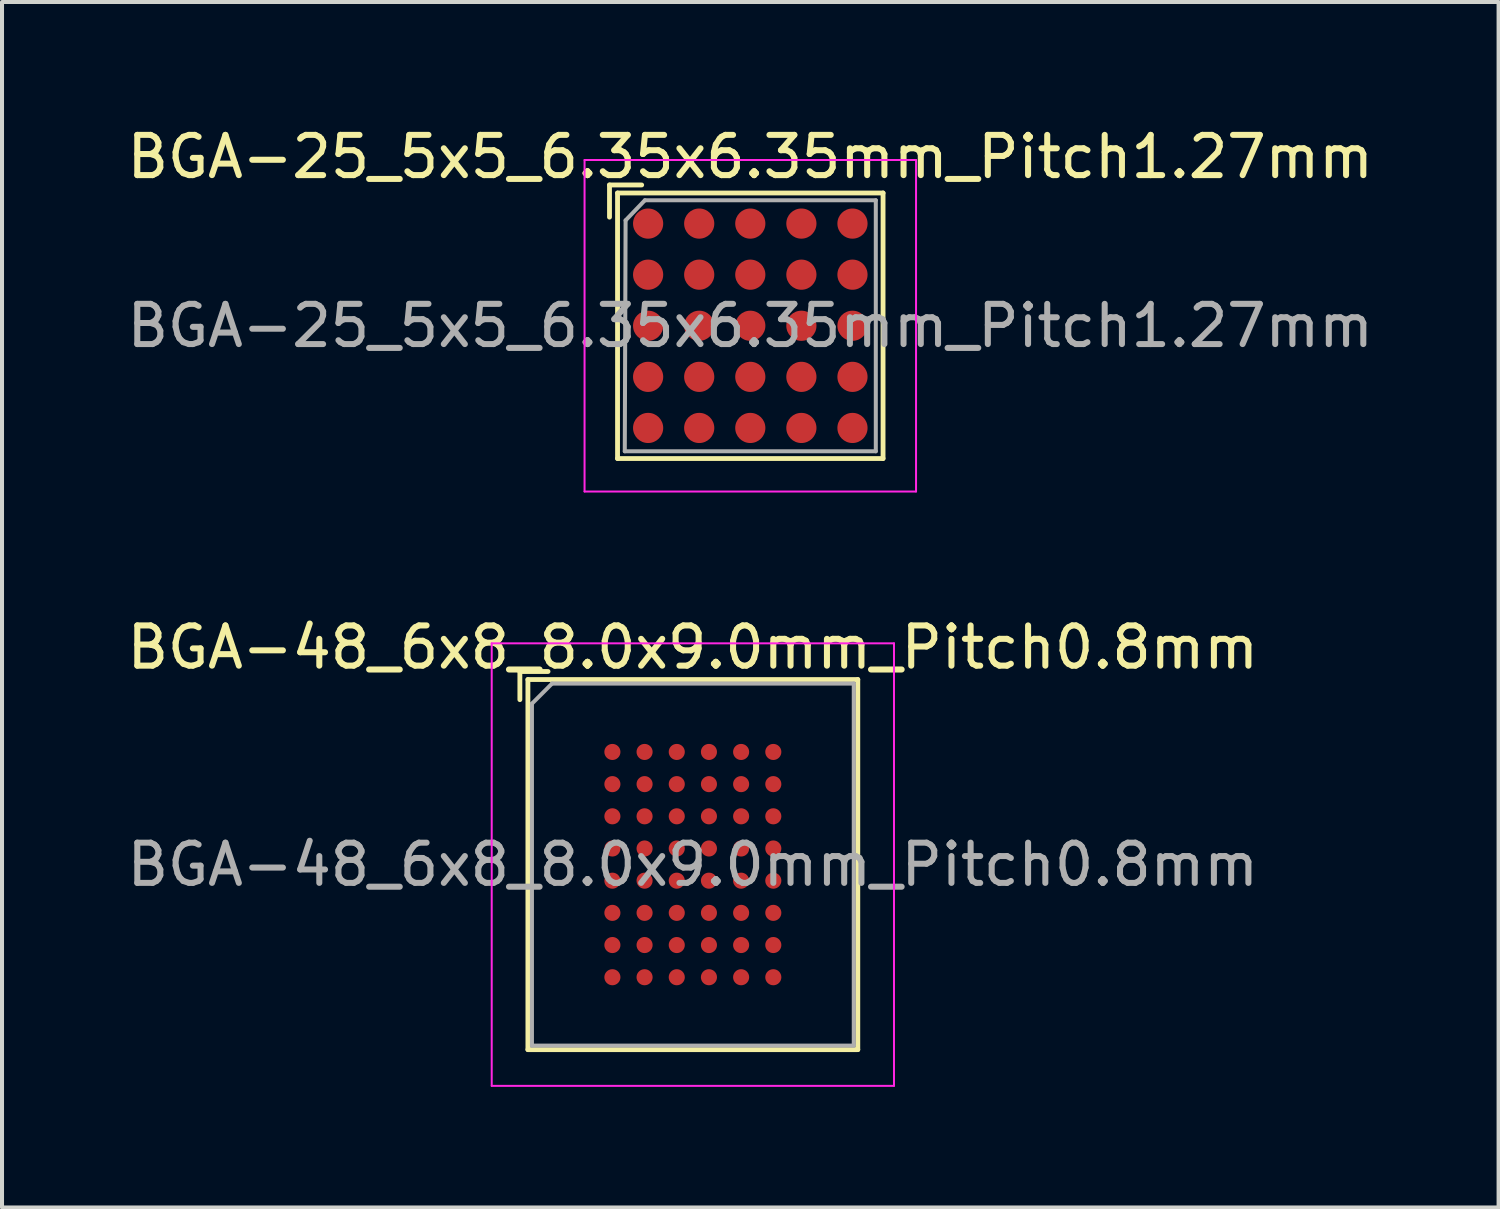
<source format=kicad_pcb>
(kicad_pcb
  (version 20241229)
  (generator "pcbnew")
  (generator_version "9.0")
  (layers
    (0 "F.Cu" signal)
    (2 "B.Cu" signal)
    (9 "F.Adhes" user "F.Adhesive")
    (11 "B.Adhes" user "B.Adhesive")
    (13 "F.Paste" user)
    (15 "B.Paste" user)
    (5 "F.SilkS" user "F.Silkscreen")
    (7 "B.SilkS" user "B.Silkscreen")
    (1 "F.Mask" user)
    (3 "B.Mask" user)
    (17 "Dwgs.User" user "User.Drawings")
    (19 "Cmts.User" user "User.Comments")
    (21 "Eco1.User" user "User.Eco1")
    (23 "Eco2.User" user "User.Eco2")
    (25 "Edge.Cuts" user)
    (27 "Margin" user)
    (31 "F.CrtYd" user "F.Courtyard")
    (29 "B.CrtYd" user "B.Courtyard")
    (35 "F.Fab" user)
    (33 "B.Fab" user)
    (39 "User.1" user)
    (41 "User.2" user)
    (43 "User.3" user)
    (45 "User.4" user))
  (footprint "BGA-48_6x8_8.0x9.0mm_Pitch0.8mm"
    (layer "F.Cu")
    (at 14.173 18.442)
    (property "Reference" "BGA-48_6x8_8.0x9.0mm_Pitch0.8mm" (at 0 -5.4 0) (layer "F.SilkS") (effects (font (size 1 1) (thickness 0.15))))
    (attr smd)
    (fp_line (start -4.3 -4.8) (end -3.6 -4.8) (stroke (width 0.12) (type solid)) (layer "F.SilkS"))
    (fp_line (start -4.3 -4.1) (end -4.3 -4.8) (stroke (width 0.12) (type solid)) (layer "F.SilkS"))
    (fp_line (start -4.1 -4.6) (end 4.1 -4.6) (stroke (width 0.12) (type solid)) (layer "F.SilkS"))
    (fp_line (start -4.1 4.6) (end -4.1 -4.6) (stroke (width 0.12) (type solid)) (layer "F.SilkS"))
    (fp_line (start 4.1 -4.6) (end 4.1 4.6) (stroke (width 0.12) (type solid)) (layer "F.SilkS"))
    (fp_line (start 4.1 4.6) (end -4.1 4.6) (stroke (width 0.12) (type solid)) (layer "F.SilkS"))
    (fp_line (start -5 -5.5) (end -5 5.5) (stroke (width 0.05) (type solid)) (layer "F.CrtYd"))
    (fp_line (start -5 -5.5) (end 5 -5.5) (stroke (width 0.05) (type solid)) (layer "F.CrtYd"))
    (fp_line (start 5 5.5) (end -5 5.5) (stroke (width 0.05) (type solid)) (layer "F.CrtYd"))
    (fp_line (start 5 5.5) (end 5 -5.5) (stroke (width 0.05) (type solid)) (layer "F.CrtYd"))
    (fp_line (start -4 -4) (end -3.5 -4.5) (stroke (width 0.1) (type solid)) (layer "F.Fab"))
    (fp_line (start -4 4.5) (end -4 -4) (stroke (width 0.1) (type solid)) (layer "F.Fab"))
    (fp_line (start -3.5 -4.5) (end 4 -4.5) (stroke (width 0.1) (type solid)) (layer "F.Fab"))
    (fp_line (start 4 -4.5) (end 4 4.5) (stroke (width 0.1) (type solid)) (layer "F.Fab"))
    (fp_line (start 4 4.5) (end -4 4.5) (stroke (width 0.1) (type solid)) (layer "F.Fab"))
    (fp_text user "${REFERENCE}" (at 0 0 0) (layer "F.Fab") (effects (font (size 1 1) (thickness 0.15))))
    (pad "A1" smd circle (at -2 -2.8) (size 0.4 0.4) (layers "F.Cu" "F.Mask" "F.Paste"))
    (pad "A2" smd circle (at -1.2 -2.8) (size 0.4 0.4) (layers "F.Cu" "F.Mask" "F.Paste"))
    (pad "A3" smd circle (at -0.4 -2.8) (size 0.4 0.4) (layers "F.Cu" "F.Mask" "F.Paste"))
    (pad "A4" smd circle (at 0.4 -2.8) (size 0.4 0.4) (layers "F.Cu" "F.Mask" "F.Paste"))
    (pad "A5" smd circle (at 1.2 -2.8) (size 0.4 0.4) (layers "F.Cu" "F.Mask" "F.Paste"))
    (pad "A6" smd circle (at 2 -2.8) (size 0.4 0.4) (layers "F.Cu" "F.Mask" "F.Paste"))
    (pad "B1" smd circle (at -2 -2) (size 0.4 0.4) (layers "F.Cu" "F.Mask" "F.Paste"))
    (pad "B2" smd circle (at -1.2 -2) (size 0.4 0.4) (layers "F.Cu" "F.Mask" "F.Paste"))
    (pad "B3" smd circle (at -0.4 -2) (size 0.4 0.4) (layers "F.Cu" "F.Mask" "F.Paste"))
    (pad "B4" smd circle (at 0.4 -2) (size 0.4 0.4) (layers "F.Cu" "F.Mask" "F.Paste"))
    (pad "B5" smd circle (at 1.2 -2) (size 0.4 0.4) (layers "F.Cu" "F.Mask" "F.Paste"))
    (pad "B6" smd circle (at 2 -2) (size 0.4 0.4) (layers "F.Cu" "F.Mask" "F.Paste"))
    (pad "C1" smd circle (at -2 -1.2) (size 0.4 0.4) (layers "F.Cu" "F.Mask" "F.Paste"))
    (pad "C2" smd circle (at -1.2 -1.2) (size 0.4 0.4) (layers "F.Cu" "F.Mask" "F.Paste"))
    (pad "C3" smd circle (at -0.4 -1.2) (size 0.4 0.4) (layers "F.Cu" "F.Mask" "F.Paste"))
    (pad "C4" smd circle (at 0.4 -1.2) (size 0.4 0.4) (layers "F.Cu" "F.Mask" "F.Paste"))
    (pad "C5" smd circle (at 1.2 -1.2) (size 0.4 0.4) (layers "F.Cu" "F.Mask" "F.Paste"))
    (pad "C6" smd circle (at 2 -1.2) (size 0.4 0.4) (layers "F.Cu" "F.Mask" "F.Paste"))
    (pad "D1" smd circle (at -2 -0.4) (size 0.4 0.4) (layers "F.Cu" "F.Mask" "F.Paste"))
    (pad "D2" smd circle (at -1.2 -0.4) (size 0.4 0.4) (layers "F.Cu" "F.Mask" "F.Paste"))
    (pad "D3" smd circle (at -0.4 -0.4) (size 0.4 0.4) (layers "F.Cu" "F.Mask" "F.Paste"))
    (pad "D4" smd circle (at 0.4 -0.4) (size 0.4 0.4) (layers "F.Cu" "F.Mask" "F.Paste"))
    (pad "D5" smd circle (at 1.2 -0.4) (size 0.4 0.4) (layers "F.Cu" "F.Mask" "F.Paste"))
    (pad "D6" smd circle (at 2 -0.4) (size 0.4 0.4) (layers "F.Cu" "F.Mask" "F.Paste"))
    (pad "E1" smd circle (at -2 0.4) (size 0.4 0.4) (layers "F.Cu" "F.Mask" "F.Paste"))
    (pad "E2" smd circle (at -1.2 0.4) (size 0.4 0.4) (layers "F.Cu" "F.Mask" "F.Paste"))
    (pad "E3" smd circle (at -0.4 0.4) (size 0.4 0.4) (layers "F.Cu" "F.Mask" "F.Paste"))
    (pad "E4" smd circle (at 0.4 0.4) (size 0.4 0.4) (layers "F.Cu" "F.Mask" "F.Paste"))
    (pad "E5" smd circle (at 1.2 0.4) (size 0.4 0.4) (layers "F.Cu" "F.Mask" "F.Paste"))
    (pad "E6" smd circle (at 2 0.4) (size 0.4 0.4) (layers "F.Cu" "F.Mask" "F.Paste"))
    (pad "F1" smd circle (at -2 1.2) (size 0.4 0.4) (layers "F.Cu" "F.Mask" "F.Paste"))
    (pad "F2" smd circle (at -1.2 1.2) (size 0.4 0.4) (layers "F.Cu" "F.Mask" "F.Paste"))
    (pad "F3" smd circle (at -0.4 1.2) (size 0.4 0.4) (layers "F.Cu" "F.Mask" "F.Paste"))
    (pad "F4" smd circle (at 0.4 1.2) (size 0.4 0.4) (layers "F.Cu" "F.Mask" "F.Paste"))
    (pad "F5" smd circle (at 1.2 1.2) (size 0.4 0.4) (layers "F.Cu" "F.Mask" "F.Paste"))
    (pad "F6" smd circle (at 2 1.2) (size 0.4 0.4) (layers "F.Cu" "F.Mask" "F.Paste"))
    (pad "G1" smd circle (at -2 2) (size 0.4 0.4) (layers "F.Cu" "F.Mask" "F.Paste"))
    (pad "G2" smd circle (at -1.2 2) (size 0.4 0.4) (layers "F.Cu" "F.Mask" "F.Paste"))
    (pad "G3" smd circle (at -0.4 2) (size 0.4 0.4) (layers "F.Cu" "F.Mask" "F.Paste"))
    (pad "G4" smd circle (at 0.4 2) (size 0.4 0.4) (layers "F.Cu" "F.Mask" "F.Paste"))
    (pad "G5" smd circle (at 1.2 2) (size 0.4 0.4) (layers "F.Cu" "F.Mask" "F.Paste"))
    (pad "G6" smd circle (at 2 2) (size 0.4 0.4) (layers "F.Cu" "F.Mask" "F.Paste"))
    (pad "H1" smd circle (at -2 2.8) (size 0.4 0.4) (layers "F.Cu" "F.Mask" "F.Paste"))
    (pad "H2" smd circle (at -1.2 2.8) (size 0.4 0.4) (layers "F.Cu" "F.Mask" "F.Paste"))
    (pad "H3" smd circle (at -0.4 2.8) (size 0.4 0.4) (layers "F.Cu" "F.Mask" "F.Paste"))
    (pad "H4" smd circle (at 0.4 2.8) (size 0.4 0.4) (layers "F.Cu" "F.Mask" "F.Paste"))
    (pad "H5" smd circle (at 1.2 2.8) (size 0.4 0.4) (layers "F.Cu" "F.Mask" "F.Paste"))
    (pad "H6" smd circle (at 2 2.8) (size 0.4 0.4) (layers "F.Cu" "F.Mask" "F.Paste")))
  (footprint "BGA-25_5x5_6.35x6.35mm_Pitch1.27mm"
    (layer "F.Cu")
    (at 15.601 5.048)
    (property "Reference" "BGA-25_5x5_6.35x6.35mm_Pitch1.27mm" (at 0 -4.2 0) (layer "F.SilkS") (effects (font (size 1 1) (thickness 0.15))))
    (attr smd)
    (fp_line (start -3.5 -3.5) (end -3.5 -2.7) (stroke (width 0.12) (type solid)) (layer "F.SilkS"))
    (fp_line (start -3.3 -3.3) (end 3.3 -3.3) (stroke (width 0.12) (type solid)) (layer "F.SilkS"))
    (fp_line (start -3.3 3.3) (end -3.3 -3.3) (stroke (width 0.12) (type solid)) (layer "F.SilkS"))
    (fp_line (start -2.7 -3.5) (end -3.5 -3.5) (stroke (width 0.12) (type solid)) (layer "F.SilkS"))
    (fp_line (start 3.3 -3.3) (end 3.3 3.3) (stroke (width 0.12) (type solid)) (layer "F.SilkS"))
    (fp_line (start 3.3 3.3) (end -3.3 3.3) (stroke (width 0.12) (type solid)) (layer "F.SilkS"))
    (fp_line (start -4.12 -4.12) (end -4.12 4.12) (stroke (width 0.05) (type solid)) (layer "F.CrtYd"))
    (fp_line (start -4.12 -4.12) (end 4.12 -4.12) (stroke (width 0.05) (type solid)) (layer "F.CrtYd"))
    (fp_line (start 4.12 4.12) (end -4.12 4.12) (stroke (width 0.05) (type solid)) (layer "F.CrtYd"))
    (fp_line (start 4.12 4.12) (end 4.12 -4.12) (stroke (width 0.05) (type solid)) (layer "F.CrtYd"))
    (fp_line (start -3.12 3.12) (end -3.1 -2.62) (stroke (width 0.1) (type solid)) (layer "F.Fab"))
    (fp_line (start -3.1 -2.62) (end -2.62 -3.12) (stroke (width 0.1) (type solid)) (layer "F.Fab"))
    (fp_line (start -2.62 -3.12) (end 3.12 -3.12) (stroke (width 0.1) (type solid)) (layer "F.Fab"))
    (fp_line (start 3.12 -3.12) (end 3.12 3.12) (stroke (width 0.1) (type solid)) (layer "F.Fab"))
    (fp_line (start 3.12 3.12) (end -3.12 3.12) (stroke (width 0.1) (type solid)) (layer "F.Fab"))
    (fp_text user "${REFERENCE}" (at 0 0 0) (layer "F.Fab") (effects (font (size 1 1) (thickness 0.15))))
    (pad "A1" smd circle (at -2.54 -2.54) (size 0.75 0.75) (layers "F.Cu" "F.Mask" "F.Paste"))
    (pad "A2" smd circle (at -1.27 -2.54) (size 0.75 0.75) (layers "F.Cu" "F.Mask" "F.Paste"))
    (pad "A3" smd circle (at 0 -2.54) (size 0.75 0.75) (layers "F.Cu" "F.Mask" "F.Paste"))
    (pad "A4" smd circle (at 1.27 -2.54) (size 0.75 0.75) (layers "F.Cu" "F.Mask" "F.Paste"))
    (pad "A5" smd circle (at 2.54 -2.54) (size 0.75 0.75) (layers "F.Cu" "F.Mask" "F.Paste"))
    (pad "B1" smd circle (at -2.54 -1.27) (size 0.75 0.75) (layers "F.Cu" "F.Mask" "F.Paste"))
    (pad "B2" smd circle (at -1.27 -1.27) (size 0.75 0.75) (layers "F.Cu" "F.Mask" "F.Paste"))
    (pad "B3" smd circle (at 0 -1.27) (size 0.75 0.75) (layers "F.Cu" "F.Mask" "F.Paste"))
    (pad "B4" smd circle (at 1.27 -1.27) (size 0.75 0.75) (layers "F.Cu" "F.Mask" "F.Paste"))
    (pad "B5" smd circle (at 2.54 -1.27) (size 0.75 0.75) (layers "F.Cu" "F.Mask" "F.Paste"))
    (pad "C1" smd circle (at -2.54 0) (size 0.75 0.75) (layers "F.Cu" "F.Mask" "F.Paste"))
    (pad "C2" smd circle (at -1.27 0) (size 0.75 0.75) (layers "F.Cu" "F.Mask" "F.Paste"))
    (pad "C3" smd circle (at 0 0) (size 0.75 0.75) (layers "F.Cu" "F.Mask" "F.Paste"))
    (pad "C4" smd circle (at 1.27 0) (size 0.75 0.75) (layers "F.Cu" "F.Mask" "F.Paste"))
    (pad "C5" smd circle (at 2.54 0) (size 0.75 0.75) (layers "F.Cu" "F.Mask" "F.Paste"))
    (pad "D1" smd circle (at -2.54 1.27) (size 0.75 0.75) (layers "F.Cu" "F.Mask" "F.Paste"))
    (pad "D2" smd circle (at -1.27 1.27) (size 0.75 0.75) (layers "F.Cu" "F.Mask" "F.Paste"))
    (pad "D3" smd circle (at 0 1.27) (size 0.75 0.75) (layers "F.Cu" "F.Mask" "F.Paste"))
    (pad "D4" smd circle (at 1.27 1.27) (size 0.75 0.75) (layers "F.Cu" "F.Mask" "F.Paste"))
    (pad "D5" smd circle (at 2.54 1.27) (size 0.75 0.75) (layers "F.Cu" "F.Mask" "F.Paste"))
    (pad "E1" smd circle (at -2.54 2.54) (size 0.75 0.75) (layers "F.Cu" "F.Mask" "F.Paste"))
    (pad "E2" smd circle (at -1.27 2.54) (size 0.75 0.75) (layers "F.Cu" "F.Mask" "F.Paste"))
    (pad "E3" smd circle (at 0 2.54) (size 0.75 0.75) (layers "F.Cu" "F.Mask" "F.Paste"))
    (pad "E4" smd circle (at 1.27 2.54) (size 0.75 0.75) (layers "F.Cu" "F.Mask" "F.Paste"))
    (pad "E5" smd circle (at 2.54 2.54) (size 0.75 0.75) (layers "F.Cu" "F.Mask" "F.Paste")))
  (gr_rect
    (start -3 -3)
    (end 34.202 26.966)
    (stroke (width 0.1) (type default))
    (fill no)
    (layer "Edge.Cuts")))
</source>
